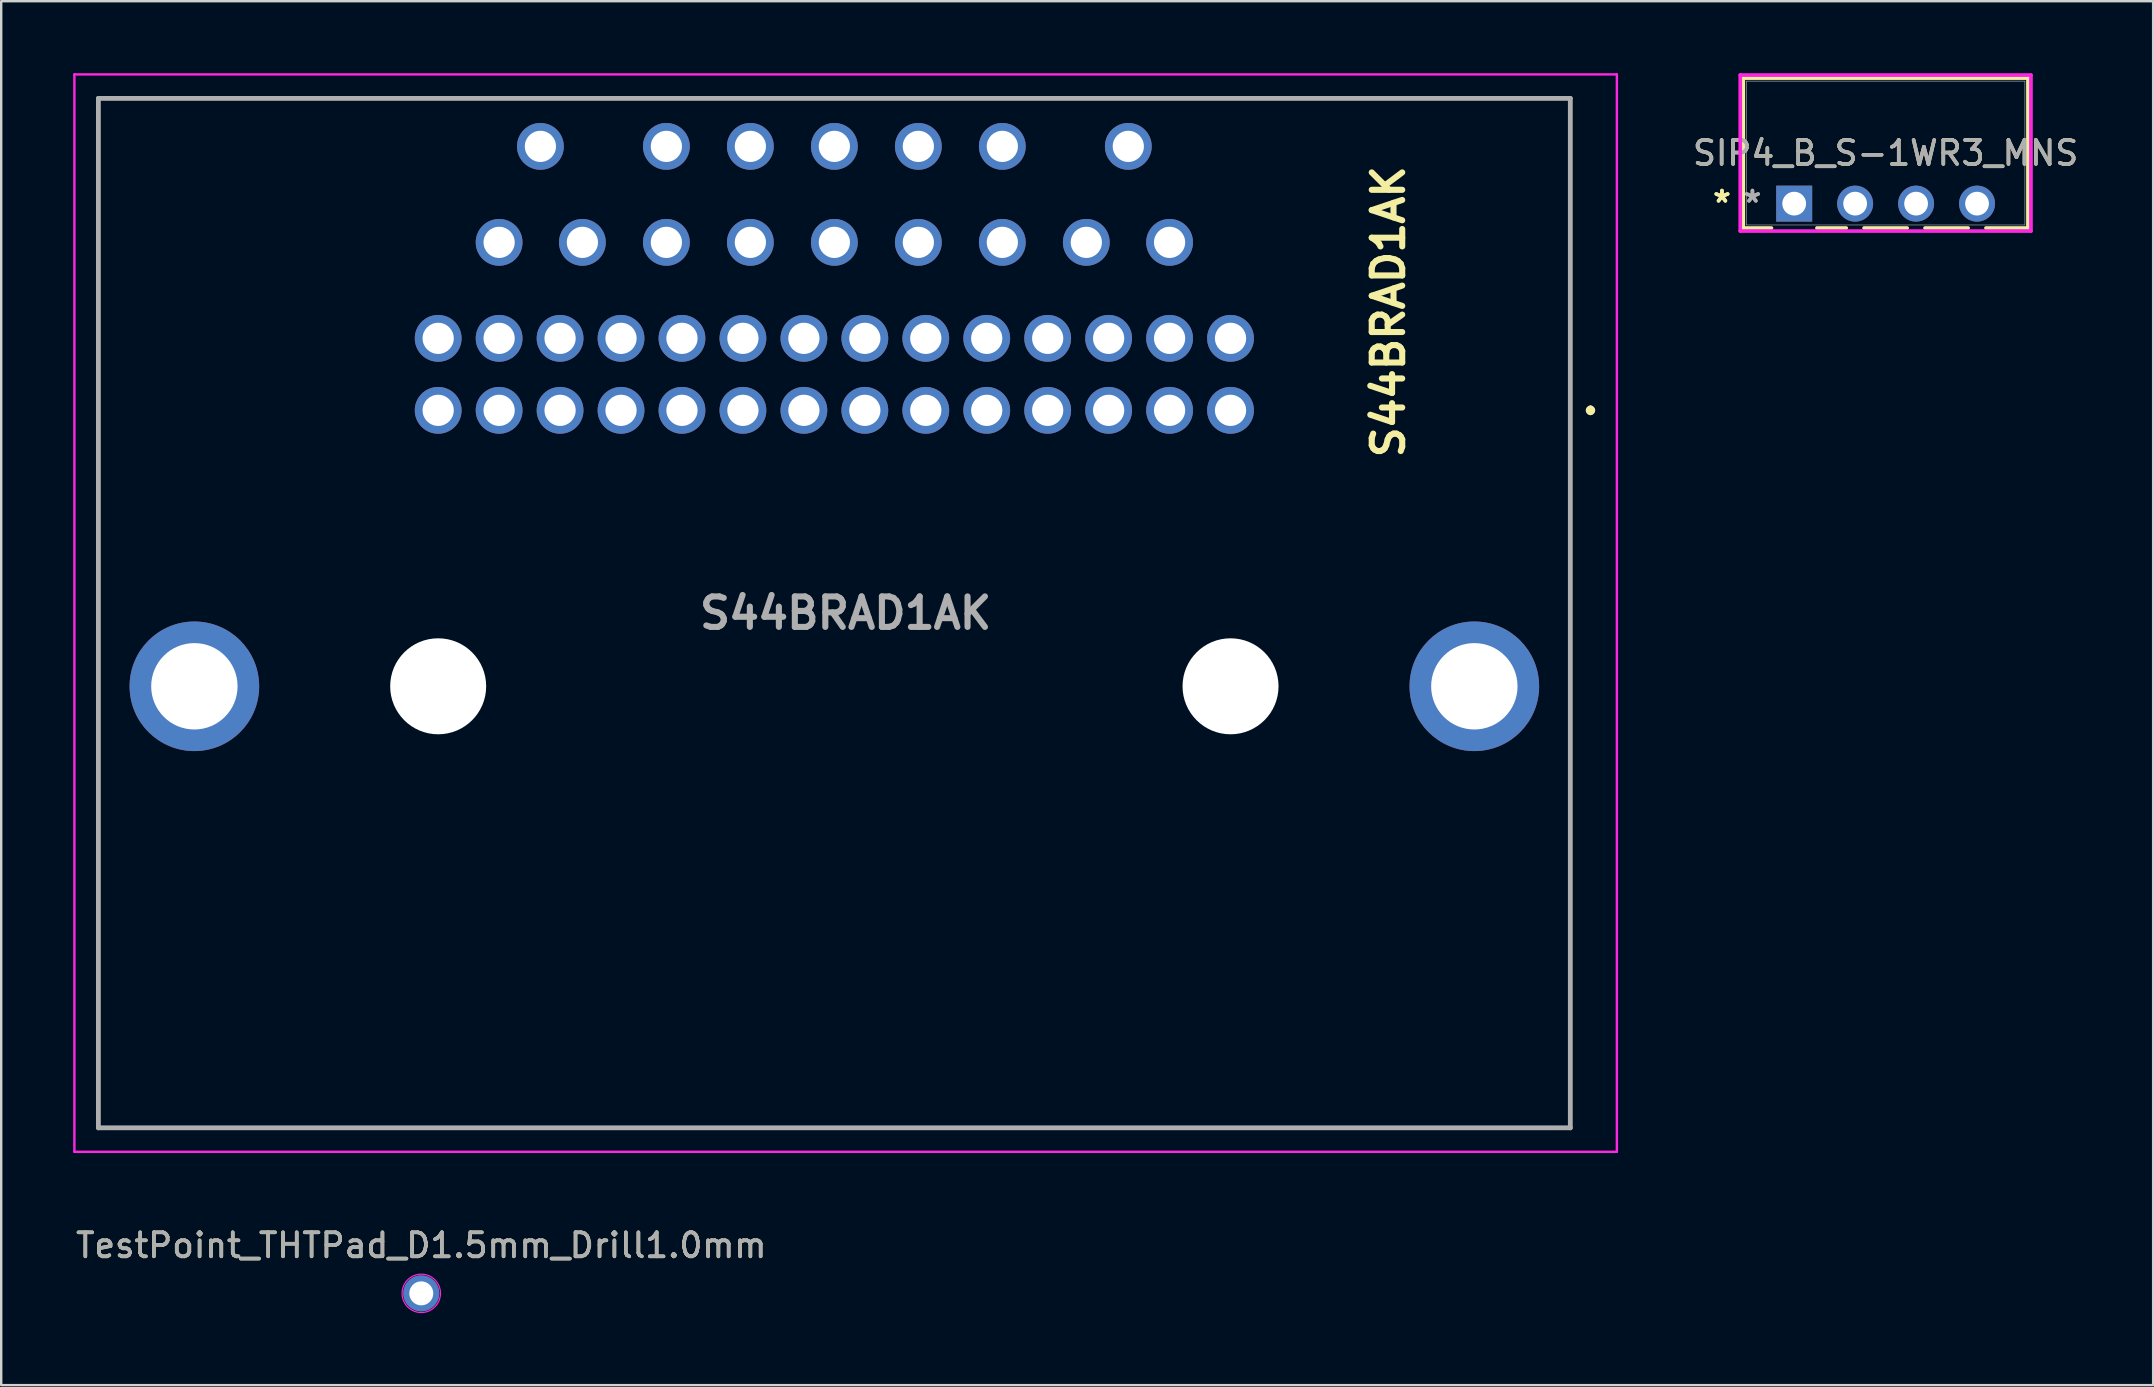
<source format=kicad_pcb>
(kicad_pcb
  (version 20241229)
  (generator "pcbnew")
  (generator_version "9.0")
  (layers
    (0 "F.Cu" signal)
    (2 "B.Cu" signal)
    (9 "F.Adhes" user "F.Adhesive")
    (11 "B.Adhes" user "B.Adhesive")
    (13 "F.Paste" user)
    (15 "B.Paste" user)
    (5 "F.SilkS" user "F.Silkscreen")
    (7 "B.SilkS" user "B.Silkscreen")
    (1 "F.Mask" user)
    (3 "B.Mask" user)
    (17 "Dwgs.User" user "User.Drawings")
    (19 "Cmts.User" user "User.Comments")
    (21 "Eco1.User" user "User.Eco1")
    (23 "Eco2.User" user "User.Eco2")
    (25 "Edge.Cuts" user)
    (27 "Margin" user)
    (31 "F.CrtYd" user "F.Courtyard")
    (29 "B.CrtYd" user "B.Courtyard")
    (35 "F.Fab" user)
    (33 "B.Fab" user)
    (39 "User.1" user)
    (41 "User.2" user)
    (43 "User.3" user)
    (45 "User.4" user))
  (footprint "SIP4_B_S-1WR3_MNS"
    (layer "F.Cu")
    (at 71.719 5.436)
    (property "Reference" "SIP4_B_S-1WR3_MNS" (at 3.81 -2.108 0) (unlocked yes) (layer "F.SilkS") (effects (font (size 1 1) (thickness 0.15))))
    (attr through_hole)
    (fp_line (start -2.121 -5.232) (end -2.121 1.016) (stroke (width 0.152) (type solid)) (layer "F.SilkS"))
    (fp_line (start -2.121 1.016) (end -0.948 1.016) (stroke (width 0.152) (type solid)) (layer "F.SilkS"))
    (fp_line (start 0.948 1.016) (end 2.168 1.016) (stroke (width 0.152) (type solid)) (layer "F.SilkS"))
    (fp_line (start 2.912 1.016) (end 4.708 1.016) (stroke (width 0.152) (type solid)) (layer "F.SilkS"))
    (fp_line (start 5.452 1.016) (end 7.248 1.016) (stroke (width 0.152) (type solid)) (layer "F.SilkS"))
    (fp_line (start 7.992 1.016) (end 9.741 1.016) (stroke (width 0.152) (type solid)) (layer "F.SilkS"))
    (fp_line (start 9.741 -5.232) (end -2.121 -5.232) (stroke (width 0.152) (type solid)) (layer "F.SilkS"))
    (fp_line (start 9.741 1.016) (end 9.741 -5.232) (stroke (width 0.152) (type solid)) (layer "F.SilkS"))
    (fp_line (start -2.248 -5.359) (end 9.868 -5.359) (stroke (width 0.152) (type solid)) (layer "F.CrtYd"))
    (fp_line (start -2.248 1.143) (end -2.248 -5.359) (stroke (width 0.152) (type solid)) (layer "F.CrtYd"))
    (fp_line (start 9.868 -5.359) (end 9.868 1.143) (stroke (width 0.152) (type solid)) (layer "F.CrtYd"))
    (fp_line (start 9.868 1.143) (end -2.248 1.143) (stroke (width 0.152) (type solid)) (layer "F.CrtYd"))
    (fp_line (start -1.994 -5.105) (end -1.994 0.889) (stroke (width 0.025) (type solid)) (layer "F.Fab"))
    (fp_line (start -1.994 0.889) (end 9.614 0.889) (stroke (width 0.025) (type solid)) (layer "F.Fab"))
    (fp_line (start 9.614 -5.105) (end -1.994 -5.105) (stroke (width 0.025) (type solid)) (layer "F.Fab"))
    (fp_line (start 9.614 0.889) (end 9.614 -5.105) (stroke (width 0.025) (type solid)) (layer "F.Fab"))
    (fp_text user "*" (at -3.01 0 0) (unlocked yes) (layer "F.SilkS") (effects (font (size 1 1) (thickness 0.15))))
    (fp_text user "*" (at -3.01 0 0) (layer "F.SilkS") (effects (font (size 1 1) (thickness 0.15))))
    (fp_text user "${REFERENCE}" (at 3.81 -2.108 0) (unlocked yes) (layer "F.Fab") (effects (font (size 1 1) (thickness 0.15))))
    (fp_text user "*" (at -1.74 0 0) (unlocked yes) (layer "F.Fab") (effects (font (size 1 1) (thickness 0.15))))
    (fp_text user "*" (at -1.74 0 0) (layer "F.Fab") (effects (font (size 1 1) (thickness 0.15))))
    (pad "1" thru_hole rect (at 0 0) (size 1.499 1.499) (drill 0.991) (layers "*.Cu" "*.Mask"))
    (pad "2" thru_hole circle (at 2.54 0) (size 1.499 1.499) (drill 0.991) (layers "*.Cu" "*.Mask"))
    (pad "3" thru_hole circle (at 5.08 0) (size 1.499 1.499) (drill 0.991) (layers "*.Cu" "*.Mask"))
    (pad "4" thru_hole circle (at 7.62 0) (size 1.499 1.499) (drill 0.991) (layers "*.Cu" "*.Mask")))
  (footprint "TestPoint_THTPad_D1.5mm_Drill1.0mm"
    (layer "F.Cu")
    (at 14.506 50.848)
    (property "Reference" "TestPoint_THTPad_D1.5mm_Drill1.0mm" (at 0 -1.998 0) (layer "F.SilkS") (effects (font (size 1 1) (thickness 0.15))))
    (attr exclude_from_pos_files exclude_from_bom)
    (fp_circle (center 0 0) (end 0.8 0) (stroke (width 0.05) (type solid)) (fill no) (layer "F.CrtYd"))
    (fp_text user "${REFERENCE}" (at 0 -2 0) (layer "F.Fab") (effects (font (size 1 1) (thickness 0.15))))
    (pad "1" thru_hole circle (at 0 0) (size 1.5 1.5) (drill 1) (layers "*.Cu" "*.Mask")))
  (footprint "S44BRAD1AK"
    (layer "F.Cu")
    (at 48.23 14.05)
    (property "Reference" "S44BRAD1AK" (at 6.58 -4.11 270) (layer "F.SilkS") (effects (font (size 1.27 1.27) (thickness 0.254))))
    (attr through_hole dnp)
    (fp_line (start -47.18 -13) (end 14.16 -13) (stroke (width 0.1) (type solid)) (layer "F.SilkS"))
    (fp_line (start -47.18 29.9) (end -47.18 -13) (stroke (width 0.1) (type solid)) (layer "F.SilkS"))
    (fp_line (start 14.16 -13) (end 14.16 29.9) (stroke (width 0.1) (type solid)) (layer "F.SilkS"))
    (fp_line (start 14.16 29.9) (end -47.18 29.9) (stroke (width 0.1) (type solid)) (layer "F.SilkS"))
    (fp_line (start 15 -0.1) (end 15 -0.1) (stroke (width 0.2) (type solid)) (layer "F.SilkS"))
    (fp_line (start 15 0.1) (end 15 0.1) (stroke (width 0.2) (type solid)) (layer "F.SilkS"))
    (fp_arc (start 15 -0.1) (mid 15.1 0) (end 15 0.1) (stroke (width 0.2) (type solid)) (layer "F.SilkS"))
    (fp_arc (start 15 0.1) (mid 14.9 0) (end 15 -0.1) (stroke (width 0.2) (type solid)) (layer "F.SilkS"))
    (fp_line (start -48.18 -14) (end 16.1 -14) (stroke (width 0.1) (type solid)) (layer "F.CrtYd"))
    (fp_line (start -48.18 30.9) (end -48.18 -14) (stroke (width 0.1) (type solid)) (layer "F.CrtYd"))
    (fp_line (start 16.1 -14) (end 16.1 30.9) (stroke (width 0.1) (type solid)) (layer "F.CrtYd"))
    (fp_line (start 16.1 30.9) (end -48.18 30.9) (stroke (width 0.1) (type solid)) (layer "F.CrtYd"))
    (fp_line (start -47.18 -13) (end 14.16 -13) (stroke (width 0.2) (type solid)) (layer "F.Fab"))
    (fp_line (start -47.18 29.9) (end -47.18 -13) (stroke (width 0.2) (type solid)) (layer "F.Fab"))
    (fp_line (start 14.16 -13) (end 14.16 29.9) (stroke (width 0.2) (type solid)) (layer "F.Fab"))
    (fp_line (start 14.16 29.9) (end -47.18 29.9) (stroke (width 0.2) (type solid)) (layer "F.Fab"))
    (fp_text user "${REFERENCE}" (at -16.04 8.45 180) (layer "F.Fab") (effects (font (size 1.27 1.27) (thickness 0.254))))
    (pad "" np_thru_hole circle (at -33.02 11.5) (size 4 4) (drill 4) (layers "*.Cu" "*.Mask"))
    (pad "" np_thru_hole circle (at 0 11.5) (size 4 4) (drill 4) (layers "*.Cu" "*.Mask"))
    (pad "1" thru_hole circle (at 0 0) (size 1.95 1.95) (drill 1.3) (layers "*.Cu" "*.Mask"))
    (pad "2" thru_hole circle (at -2.54 0) (size 1.95 1.95) (drill 1.3) (layers "*.Cu" "*.Mask"))
    (pad "3" thru_hole circle (at -5.08 0) (size 1.95 1.95) (drill 1.3) (layers "*.Cu" "*.Mask"))
    (pad "4" thru_hole circle (at -7.62 0) (size 1.95 1.95) (drill 1.3) (layers "*.Cu" "*.Mask"))
    (pad "5" thru_hole circle (at -10.16 0) (size 1.95 1.95) (drill 1.3) (layers "*.Cu" "*.Mask"))
    (pad "6" thru_hole circle (at -12.7 0) (size 1.95 1.95) (drill 1.3) (layers "*.Cu" "*.Mask"))
    (pad "7" thru_hole circle (at -15.24 0) (size 1.95 1.95) (drill 1.3) (layers "*.Cu" "*.Mask"))
    (pad "8" thru_hole circle (at -17.78 0) (size 1.95 1.95) (drill 1.3) (layers "*.Cu" "*.Mask"))
    (pad "9" thru_hole circle (at -20.32 0) (size 1.95 1.95) (drill 1.3) (layers "*.Cu" "*.Mask"))
    (pad "10" thru_hole circle (at -22.86 0) (size 1.95 1.95) (drill 1.3) (layers "*.Cu" "*.Mask"))
    (pad "11" thru_hole circle (at -25.4 0) (size 1.95 1.95) (drill 1.3) (layers "*.Cu" "*.Mask"))
    (pad "12" thru_hole circle (at -27.94 0) (size 1.95 1.95) (drill 1.3) (layers "*.Cu" "*.Mask"))
    (pad "13" thru_hole circle (at -30.48 0) (size 1.95 1.95) (drill 1.3) (layers "*.Cu" "*.Mask"))
    (pad "14" thru_hole circle (at -33.02 0) (size 1.95 1.95) (drill 1.3) (layers "*.Cu" "*.Mask"))
    (pad "15" thru_hole circle (at 0 -3) (size 1.95 1.95) (drill 1.3) (layers "*.Cu" "*.Mask"))
    (pad "16" thru_hole circle (at -2.54 -3) (size 1.95 1.95) (drill 1.3) (layers "*.Cu" "*.Mask"))
    (pad "17" thru_hole circle (at -5.08 -3) (size 1.95 1.95) (drill 1.3) (layers "*.Cu" "*.Mask"))
    (pad "18" thru_hole circle (at -7.62 -3) (size 1.95 1.95) (drill 1.3) (layers "*.Cu" "*.Mask"))
    (pad "19" thru_hole circle (at -10.16 -3) (size 1.95 1.95) (drill 1.3) (layers "*.Cu" "*.Mask"))
    (pad "20" thru_hole circle (at -12.7 -3) (size 1.95 1.95) (drill 1.3) (layers "*.Cu" "*.Mask"))
    (pad "21" thru_hole circle (at -15.24 -3) (size 1.95 1.95) (drill 1.3) (layers "*.Cu" "*.Mask"))
    (pad "22" thru_hole circle (at -17.78 -3) (size 1.95 1.95) (drill 1.3) (layers "*.Cu" "*.Mask"))
    (pad "23" thru_hole circle (at -20.32 -3) (size 1.95 1.95) (drill 1.3) (layers "*.Cu" "*.Mask"))
    (pad "24" thru_hole circle (at -22.86 -3) (size 1.95 1.95) (drill 1.3) (layers "*.Cu" "*.Mask"))
    (pad "25" thru_hole circle (at -25.4 -3) (size 1.95 1.95) (drill 1.3) (layers "*.Cu" "*.Mask"))
    (pad "26" thru_hole circle (at -27.94 -3) (size 1.95 1.95) (drill 1.3) (layers "*.Cu" "*.Mask"))
    (pad "27" thru_hole circle (at -30.48 -3) (size 1.95 1.95) (drill 1.3) (layers "*.Cu" "*.Mask"))
    (pad "28" thru_hole circle (at -33.02 -3) (size 1.95 1.95) (drill 1.3) (layers "*.Cu" "*.Mask"))
    (pad "29" thru_hole circle (at -2.54 -7) (size 1.95 1.95) (drill 1.3) (layers "*.Cu" "*.Mask"))
    (pad "30" thru_hole circle (at -6.01 -7) (size 1.95 1.95) (drill 1.3) (layers "*.Cu" "*.Mask"))
    (pad "31" thru_hole circle (at -9.51 -7) (size 1.95 1.95) (drill 1.3) (layers "*.Cu" "*.Mask"))
    (pad "32" thru_hole circle (at -13.01 -7) (size 1.95 1.95) (drill 1.3) (layers "*.Cu" "*.Mask"))
    (pad "33" thru_hole circle (at -16.51 -7) (size 1.95 1.95) (drill 1.3) (layers "*.Cu" "*.Mask"))
    (pad "34" thru_hole circle (at -20.01 -7) (size 1.95 1.95) (drill 1.3) (layers "*.Cu" "*.Mask"))
    (pad "35" thru_hole circle (at -23.51 -7) (size 1.95 1.95) (drill 1.3) (layers "*.Cu" "*.Mask"))
    (pad "36" thru_hole circle (at -27.01 -7) (size 1.95 1.95) (drill 1.3) (layers "*.Cu" "*.Mask"))
    (pad "37" thru_hole circle (at -30.48 -7) (size 1.95 1.95) (drill 1.3) (layers "*.Cu" "*.Mask"))
    (pad "38" thru_hole circle (at -4.26 -11) (size 1.95 1.95) (drill 1.3) (layers "*.Cu" "*.Mask"))
    (pad "39" thru_hole circle (at -9.51 -11) (size 1.95 1.95) (drill 1.3) (layers "*.Cu" "*.Mask"))
    (pad "40" thru_hole circle (at -13.01 -11) (size 1.95 1.95) (drill 1.3) (layers "*.Cu" "*.Mask"))
    (pad "41" thru_hole circle (at -16.51 -11) (size 1.95 1.95) (drill 1.3) (layers "*.Cu" "*.Mask"))
    (pad "42" thru_hole circle (at -20.01 -11) (size 1.95 1.95) (drill 1.3) (layers "*.Cu" "*.Mask"))
    (pad "43" thru_hole circle (at -23.51 -11) (size 1.95 1.95) (drill 1.3) (layers "*.Cu" "*.Mask"))
    (pad "44" thru_hole circle (at -28.76 -11) (size 1.95 1.95) (drill 1.3) (layers "*.Cu" "*.Mask"))
    (pad "MH1" thru_hole circle (at -43.18 11.5) (size 5.4 5.4) (drill 3.6) (layers "*.Cu" "*.Mask"))
    (pad "MH2" thru_hole circle (at 10.16 11.5) (size 5.4 5.4) (drill 3.6) (layers "*.Cu" "*.Mask")))
  (gr_rect
    (start -3 -3)
    (end 86.678 54.673)
    (stroke (width 0.1) (type default))
    (fill no)
    (layer "Edge.Cuts")))
</source>
